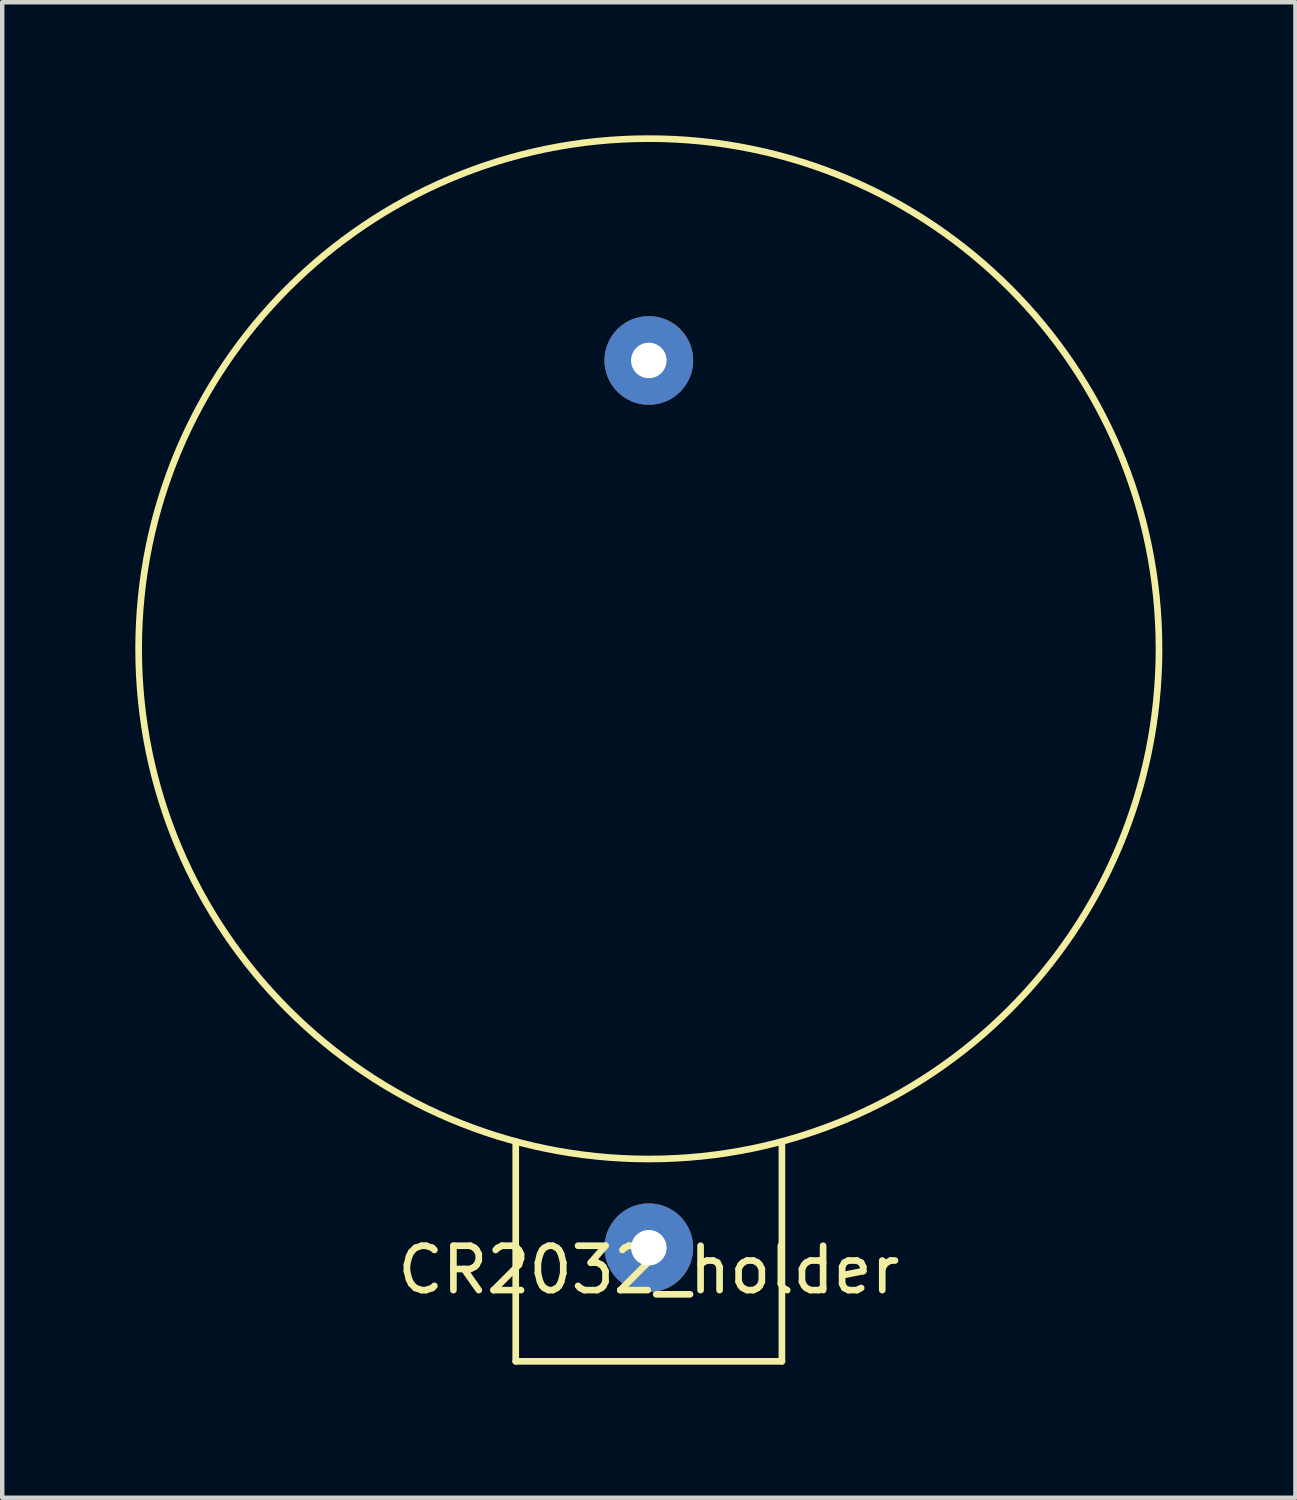
<source format=kicad_pcb>
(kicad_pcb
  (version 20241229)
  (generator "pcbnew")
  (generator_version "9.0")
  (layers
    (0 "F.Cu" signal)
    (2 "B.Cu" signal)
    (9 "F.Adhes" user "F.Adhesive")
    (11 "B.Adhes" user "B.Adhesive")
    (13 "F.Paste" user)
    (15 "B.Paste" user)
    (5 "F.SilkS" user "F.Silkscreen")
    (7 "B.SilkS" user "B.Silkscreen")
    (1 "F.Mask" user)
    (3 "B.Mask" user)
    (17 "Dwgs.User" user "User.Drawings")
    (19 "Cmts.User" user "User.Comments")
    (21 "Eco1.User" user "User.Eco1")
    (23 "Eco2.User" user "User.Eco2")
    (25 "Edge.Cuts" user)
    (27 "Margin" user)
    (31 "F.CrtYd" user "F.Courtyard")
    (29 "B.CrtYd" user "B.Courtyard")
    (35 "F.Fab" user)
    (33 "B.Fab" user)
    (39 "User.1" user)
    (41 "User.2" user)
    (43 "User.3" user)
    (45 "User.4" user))
  (footprint "CR2032_holder"
    (layer "F.Cu")
    (at 11.575 25.075)
    (property "Reference" "CR2032_holder" (at 0 0.5 0) (layer "F.SilkS") (effects (font (size 1 1) (thickness 0.15))))
    (attr through_hole)
    (fp_line (start -3 2.56) (end -3 -2.39) (stroke (width 0.15) (type solid)) (layer "F.SilkS"))
    (fp_line (start -3 2.56) (end 3 2.56) (stroke (width 0.15) (type solid)) (layer "F.SilkS"))
    (fp_line (start 3 2.56) (end 3 -2.39) (stroke (width 0.15) (type solid)) (layer "F.SilkS"))
    (fp_circle (center 0 -13.5) (end 11.5 -13.5) (stroke (width 0.15) (type solid)) (fill no) (layer "F.SilkS"))
    (pad "1" thru_hole circle (at 0 0) (size 2 2) (drill 0.8) (layers "*.Cu" "*.Mask"))
    (pad "2" thru_hole circle (at 0 -20) (size 2 2) (drill 0.8) (layers "*.Cu" "*.Mask")))
  (gr_rect
    (start -3 -3)
    (end 26.15 30.71)
    (stroke (width 0.1) (type default))
    (fill no)
    (layer "Edge.Cuts")))
</source>
